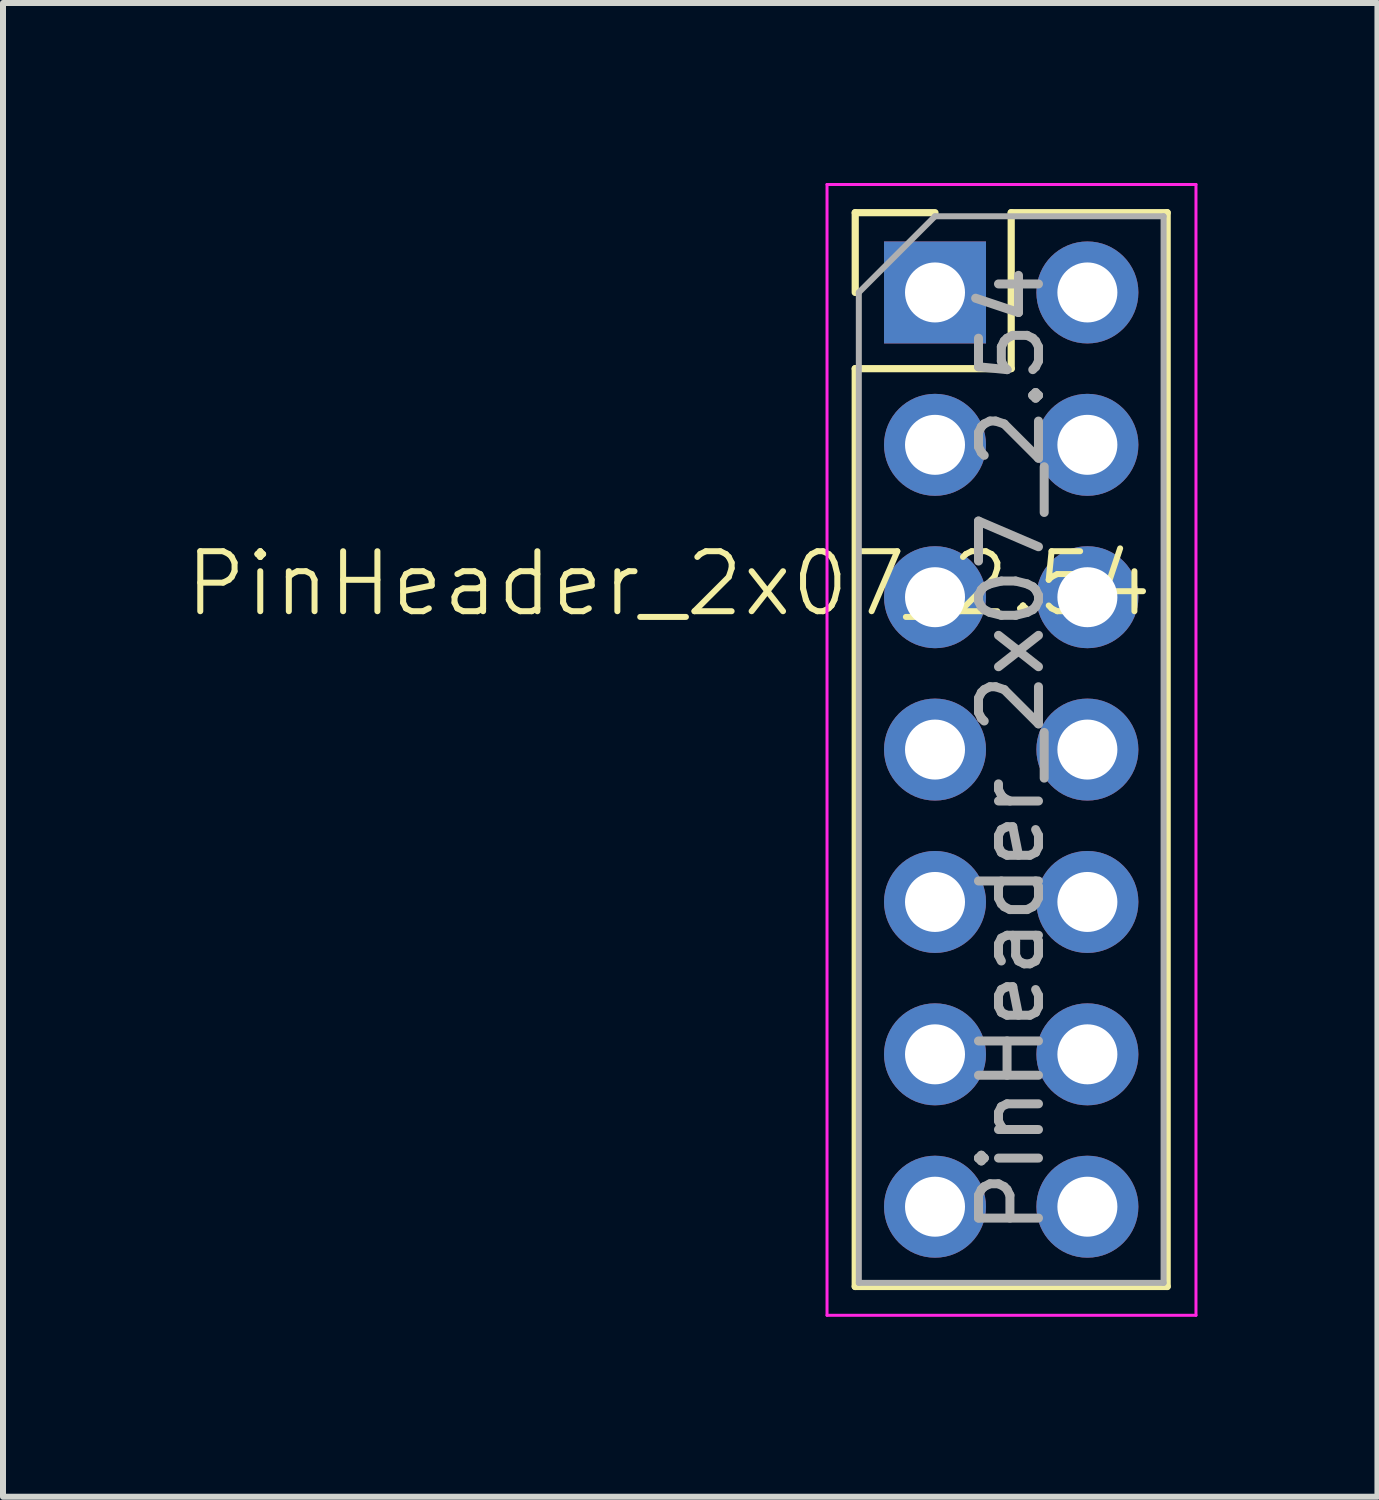
<source format=kicad_pcb>
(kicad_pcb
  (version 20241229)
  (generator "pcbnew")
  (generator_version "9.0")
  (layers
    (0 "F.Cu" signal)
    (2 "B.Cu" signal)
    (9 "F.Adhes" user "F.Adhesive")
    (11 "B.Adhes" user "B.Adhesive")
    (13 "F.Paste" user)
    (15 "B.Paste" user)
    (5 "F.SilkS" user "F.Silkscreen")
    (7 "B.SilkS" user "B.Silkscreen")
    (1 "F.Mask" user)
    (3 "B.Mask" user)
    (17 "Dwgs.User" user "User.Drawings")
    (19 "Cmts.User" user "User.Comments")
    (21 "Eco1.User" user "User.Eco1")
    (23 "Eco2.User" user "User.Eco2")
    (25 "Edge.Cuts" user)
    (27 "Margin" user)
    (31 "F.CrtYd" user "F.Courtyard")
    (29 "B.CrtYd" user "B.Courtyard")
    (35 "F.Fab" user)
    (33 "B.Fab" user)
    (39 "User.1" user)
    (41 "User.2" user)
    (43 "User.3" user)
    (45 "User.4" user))
  (footprint "PinHeader_2x07_2.54"
    (layer "F.Cu")
    (at 14.346 9.45)
    (property "Reference" "PinHeader_2x07_2.54" (at -6.248 -2.769 0) (unlocked yes) (layer "F.SilkS") (effects (font (size 1 1) (thickness 0.1))))
    (attr through_hole)
    (fp_line (start -3.14 -8.955) (end -1.81 -8.955) (stroke (width 0.12) (type solid)) (layer "F.SilkS"))
    (fp_line (start -3.14 -7.625) (end -3.14 -8.955) (stroke (width 0.12) (type solid)) (layer "F.SilkS"))
    (fp_line (start -3.14 -6.355) (end -3.14 8.945) (stroke (width 0.12) (type solid)) (layer "F.SilkS"))
    (fp_line (start -3.14 -6.355) (end -0.54 -6.355) (stroke (width 0.12) (type solid)) (layer "F.SilkS"))
    (fp_line (start -3.14 8.945) (end 2.06 8.945) (stroke (width 0.12) (type solid)) (layer "F.SilkS"))
    (fp_line (start -0.54 -8.955) (end 2.06 -8.955) (stroke (width 0.12) (type solid)) (layer "F.SilkS"))
    (fp_line (start -0.54 -6.355) (end -0.54 -8.955) (stroke (width 0.12) (type solid)) (layer "F.SilkS"))
    (fp_line (start 2.06 -8.955) (end 2.06 8.945) (stroke (width 0.12) (type solid)) (layer "F.SilkS"))
    (fp_line (start -3.61 -9.425) (end -3.61 9.425) (stroke (width 0.05) (type solid)) (layer "F.CrtYd"))
    (fp_line (start -3.61 9.425) (end 2.54 9.425) (stroke (width 0.05) (type solid)) (layer "F.CrtYd"))
    (fp_line (start 2.54 -9.425) (end -3.61 -9.425) (stroke (width 0.05) (type solid)) (layer "F.CrtYd"))
    (fp_line (start 2.54 9.425) (end 2.54 -9.425) (stroke (width 0.05) (type solid)) (layer "F.CrtYd"))
    (fp_line (start -3.08 -7.625) (end -1.81 -8.895) (stroke (width 0.1) (type solid)) (layer "F.Fab"))
    (fp_line (start -3.08 8.885) (end -3.08 -7.625) (stroke (width 0.1) (type solid)) (layer "F.Fab"))
    (fp_line (start -1.81 -8.895) (end 2 -8.895) (stroke (width 0.1) (type solid)) (layer "F.Fab"))
    (fp_line (start 2 -8.895) (end 2 8.885) (stroke (width 0.1) (type solid)) (layer "F.Fab"))
    (fp_line (start 2 8.885) (end -3.08 8.885) (stroke (width 0.1) (type solid)) (layer "F.Fab"))
    (fp_text user "${REFERENCE}" (at -0.54 -0.005 90) (layer "F.Fab") (effects (font (size 1 1) (thickness 0.15))))
    (pad "1" thru_hole rect (at -1.81 -7.625) (size 1.7 1.7) (drill 1) (layers "*.Cu" "*.Mask"))
    (pad "2" thru_hole oval (at -1.81 -5.085) (size 1.7 1.7) (drill 1) (layers "*.Cu" "*.Mask"))
    (pad "3" thru_hole oval (at -1.81 -2.545) (size 1.7 1.7) (drill 1) (layers "*.Cu" "*.Mask"))
    (pad "4" thru_hole oval (at -1.81 -0.005) (size 1.7 1.7) (drill 1) (layers "*.Cu" "*.Mask"))
    (pad "5" thru_hole oval (at -1.81 2.535) (size 1.7 1.7) (drill 1) (layers "*.Cu" "*.Mask"))
    (pad "6" thru_hole oval (at -1.81 5.075) (size 1.7 1.7) (drill 1) (layers "*.Cu" "*.Mask"))
    (pad "7" thru_hole oval (at -1.81 7.615) (size 1.7 1.7) (drill 1) (layers "*.Cu" "*.Mask"))
    (pad "8" thru_hole oval (at 0.73 7.615) (size 1.7 1.7) (drill 1) (layers "*.Cu" "*.Mask"))
    (pad "9" thru_hole oval (at 0.73 5.075) (size 1.7 1.7) (drill 1) (layers "*.Cu" "*.Mask"))
    (pad "10" thru_hole oval (at 0.73 2.535) (size 1.7 1.7) (drill 1) (layers "*.Cu" "*.Mask"))
    (pad "11" thru_hole oval (at 0.73 -0.005) (size 1.7 1.7) (drill 1) (layers "*.Cu" "*.Mask"))
    (pad "12" thru_hole oval (at 0.73 -2.545) (size 1.7 1.7) (drill 1) (layers "*.Cu" "*.Mask"))
    (pad "13" thru_hole oval (at 0.73 -5.085) (size 1.7 1.7) (drill 1) (layers "*.Cu" "*.Mask"))
    (pad "14" thru_hole oval (at 0.73 -7.625) (size 1.7 1.7) (drill 1) (layers "*.Cu" "*.Mask")))
  (gr_rect
    (start -3 -3)
    (end 19.911 21.9)
    (stroke (width 0.1) (type default))
    (fill no)
    (layer "Edge.Cuts")))
</source>
